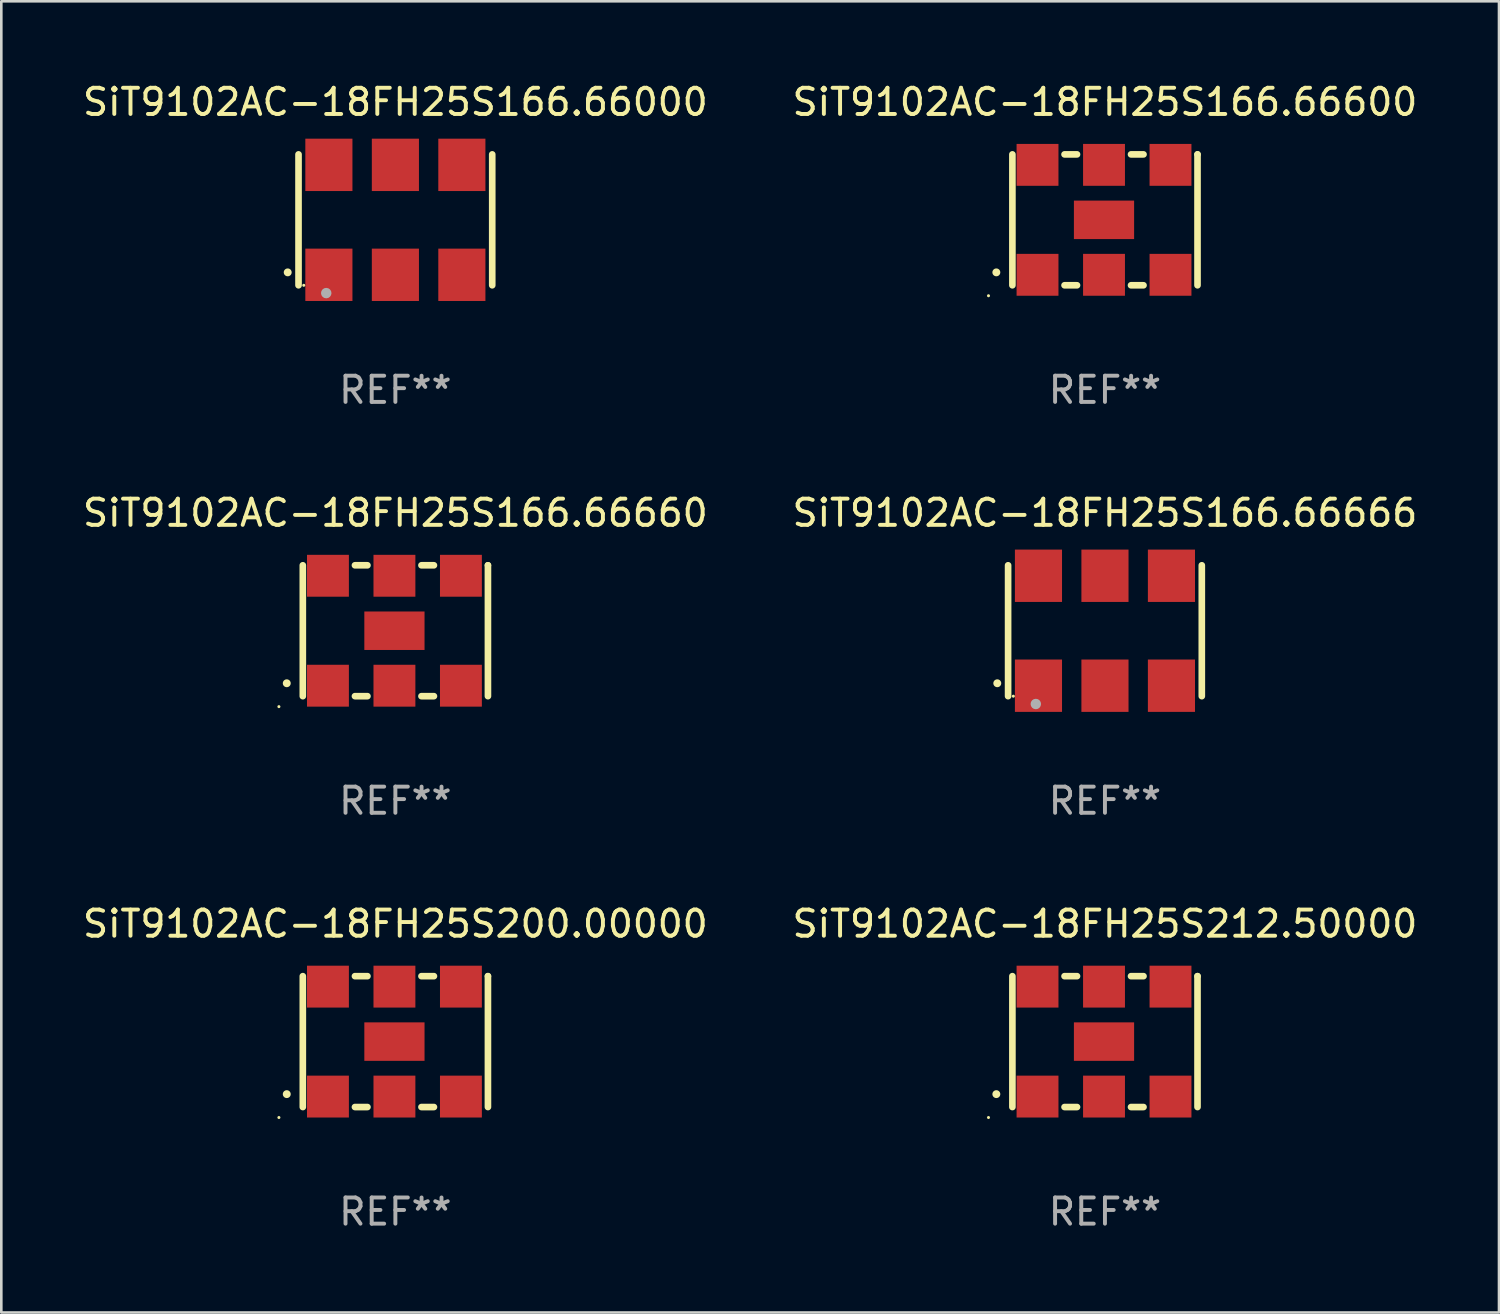
<source format=kicad_pcb>
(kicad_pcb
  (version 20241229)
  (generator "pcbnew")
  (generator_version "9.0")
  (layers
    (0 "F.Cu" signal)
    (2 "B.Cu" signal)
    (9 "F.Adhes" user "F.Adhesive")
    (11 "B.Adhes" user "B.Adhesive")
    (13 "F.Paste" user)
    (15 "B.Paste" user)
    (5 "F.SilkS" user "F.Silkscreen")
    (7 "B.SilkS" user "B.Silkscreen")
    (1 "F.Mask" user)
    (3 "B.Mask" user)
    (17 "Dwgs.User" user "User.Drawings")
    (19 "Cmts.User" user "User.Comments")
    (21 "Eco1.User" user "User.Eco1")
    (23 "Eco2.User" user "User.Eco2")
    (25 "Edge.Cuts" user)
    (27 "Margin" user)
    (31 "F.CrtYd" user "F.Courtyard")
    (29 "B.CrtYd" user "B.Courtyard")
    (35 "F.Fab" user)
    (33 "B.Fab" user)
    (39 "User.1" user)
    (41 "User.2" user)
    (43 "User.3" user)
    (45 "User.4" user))
  (footprint "SiT9102AC-18FH25S166.66600"
    (layer "F.Cu")
    (at 39.161 5.348)
    (property "Reference" "SiT9102AC-18FH25S166.66600" (at 0 -4.5 0) (layer "F.SilkS") (effects (font (size 1 1) (thickness 0.15))))
    (attr through_hole)
    (fp_line (start -3.536 -2.5) (end -3.536 2.5) (stroke (width 0.254) (type solid)) (layer "F.SilkS"))
    (fp_line (start -1.544 2.5) (end -1.067 2.5) (stroke (width 0.254) (type solid)) (layer "F.SilkS"))
    (fp_line (start -1.067 -2.5) (end -1.544 -2.5) (stroke (width 0.254) (type solid)) (layer "F.SilkS"))
    (fp_line (start 0.996 2.5) (end 1.473 2.5) (stroke (width 0.254) (type solid)) (layer "F.SilkS"))
    (fp_line (start 1.473 -2.5) (end 0.996 -2.5) (stroke (width 0.254) (type solid)) (layer "F.SilkS"))
    (fp_line (start 3.536 -2.5) (end 3.536 -2.5) (stroke (width 0.254) (type solid)) (layer "F.SilkS"))
    (fp_line (start 3.536 2.5) (end 3.536 -2.5) (stroke (width 0.254) (type solid)) (layer "F.SilkS"))
    (fp_arc (start -4.150432 2.006604) (mid -4.149162 2.006599) (end -4.147892 2.006604) (stroke (width 0.3) (type solid)) (layer "F.SilkS"))
    (fp_circle (center -4.449 2.9) (end -4.419 2.9) (stroke (width 0.06) (type solid)) (fill no) (layer "F.SilkS"))
    (fp_text user "REF**" (at 0 6.5 0) (layer "F.Fab") (effects (font (size 1 1) (thickness 0.15))))
    (pad "1" smd rect (at -2.576 2.1) (size 1.6 1.6) (layers "F.Cu" "F.Mask" "F.Paste"))
    (pad "2" smd rect (at -0.036 2.1) (size 1.6 1.6) (layers "F.Cu" "F.Mask" "F.Paste"))
    (pad "3" smd rect (at 2.504 2.1) (size 1.6 1.6) (layers "F.Cu" "F.Mask" "F.Paste"))
    (pad "4" smd rect (at 2.504 -2.1) (size 1.6 1.6) (layers "F.Cu" "F.Mask" "F.Paste"))
    (pad "5" smd rect (at -0.036 -2.1) (size 1.6 1.6) (layers "F.Cu" "F.Mask" "F.Paste"))
    (pad "6" smd rect (at -2.576 -2.1) (size 1.6 1.6) (layers "F.Cu" "F.Mask" "F.Paste"))
    (pad "7" smd rect (at -0.036 0) (size 2.3 1.47) (layers "F.Cu" "F.Mask" "F.Paste")))
  (footprint "SiT9102AC-18FH25S166.66660"
    (layer "F.Cu")
    (at 12.054 21.045)
    (property "Reference" "SiT9102AC-18FH25S166.66660" (at 0 -4.5 0) (layer "F.SilkS") (effects (font (size 1 1) (thickness 0.15))))
    (attr through_hole)
    (fp_line (start -3.536 -2.5) (end -3.536 2.5) (stroke (width 0.254) (type solid)) (layer "F.SilkS"))
    (fp_line (start -1.544 2.5) (end -1.067 2.5) (stroke (width 0.254) (type solid)) (layer "F.SilkS"))
    (fp_line (start -1.067 -2.5) (end -1.544 -2.5) (stroke (width 0.254) (type solid)) (layer "F.SilkS"))
    (fp_line (start 0.996 2.5) (end 1.473 2.5) (stroke (width 0.254) (type solid)) (layer "F.SilkS"))
    (fp_line (start 1.473 -2.5) (end 0.996 -2.5) (stroke (width 0.254) (type solid)) (layer "F.SilkS"))
    (fp_line (start 3.536 -2.5) (end 3.536 -2.5) (stroke (width 0.254) (type solid)) (layer "F.SilkS"))
    (fp_line (start 3.536 2.5) (end 3.536 -2.5) (stroke (width 0.254) (type solid)) (layer "F.SilkS"))
    (fp_arc (start -4.150432 2.006604) (mid -4.149162 2.006599) (end -4.147892 2.006604) (stroke (width 0.3) (type solid)) (layer "F.SilkS"))
    (fp_circle (center -4.449 2.9) (end -4.419 2.9) (stroke (width 0.06) (type solid)) (fill no) (layer "F.SilkS"))
    (fp_text user "REF**" (at 0 6.5 0) (layer "F.Fab") (effects (font (size 1 1) (thickness 0.15))))
    (pad "1" smd rect (at -2.576 2.1) (size 1.6 1.6) (layers "F.Cu" "F.Mask" "F.Paste"))
    (pad "2" smd rect (at -0.036 2.1) (size 1.6 1.6) (layers "F.Cu" "F.Mask" "F.Paste"))
    (pad "3" smd rect (at 2.504 2.1) (size 1.6 1.6) (layers "F.Cu" "F.Mask" "F.Paste"))
    (pad "4" smd rect (at 2.504 -2.1) (size 1.6 1.6) (layers "F.Cu" "F.Mask" "F.Paste"))
    (pad "5" smd rect (at -0.036 -2.1) (size 1.6 1.6) (layers "F.Cu" "F.Mask" "F.Paste"))
    (pad "6" smd rect (at -2.576 -2.1) (size 1.6 1.6) (layers "F.Cu" "F.Mask" "F.Paste"))
    (pad "7" smd rect (at -0.036 0) (size 2.3 1.47) (layers "F.Cu" "F.Mask" "F.Paste")))
  (footprint "SiT9102AC-18FH25S200.00000"
    (layer "F.Cu")
    (at 12.054 36.741)
    (property "Reference" "SiT9102AC-18FH25S200.00000" (at 0 -4.5 0) (layer "F.SilkS") (effects (font (size 1 1) (thickness 0.15))))
    (attr through_hole)
    (fp_line (start -3.536 -2.5) (end -3.536 2.5) (stroke (width 0.254) (type solid)) (layer "F.SilkS"))
    (fp_line (start -1.544 2.5) (end -1.067 2.5) (stroke (width 0.254) (type solid)) (layer "F.SilkS"))
    (fp_line (start -1.067 -2.5) (end -1.544 -2.5) (stroke (width 0.254) (type solid)) (layer "F.SilkS"))
    (fp_line (start 0.996 2.5) (end 1.473 2.5) (stroke (width 0.254) (type solid)) (layer "F.SilkS"))
    (fp_line (start 1.473 -2.5) (end 0.996 -2.5) (stroke (width 0.254) (type solid)) (layer "F.SilkS"))
    (fp_line (start 3.536 -2.5) (end 3.536 -2.5) (stroke (width 0.254) (type solid)) (layer "F.SilkS"))
    (fp_line (start 3.536 2.5) (end 3.536 -2.5) (stroke (width 0.254) (type solid)) (layer "F.SilkS"))
    (fp_arc (start -4.150432 2.006604) (mid -4.149162 2.006599) (end -4.147892 2.006604) (stroke (width 0.3) (type solid)) (layer "F.SilkS"))
    (fp_circle (center -4.449 2.9) (end -4.419 2.9) (stroke (width 0.06) (type solid)) (fill no) (layer "F.SilkS"))
    (fp_text user "REF**" (at 0 6.5 0) (layer "F.Fab") (effects (font (size 1 1) (thickness 0.15))))
    (pad "1" smd rect (at -2.576 2.1) (size 1.6 1.6) (layers "F.Cu" "F.Mask" "F.Paste"))
    (pad "2" smd rect (at -0.036 2.1) (size 1.6 1.6) (layers "F.Cu" "F.Mask" "F.Paste"))
    (pad "3" smd rect (at 2.504 2.1) (size 1.6 1.6) (layers "F.Cu" "F.Mask" "F.Paste"))
    (pad "4" smd rect (at 2.504 -2.1) (size 1.6 1.6) (layers "F.Cu" "F.Mask" "F.Paste"))
    (pad "5" smd rect (at -0.036 -2.1) (size 1.6 1.6) (layers "F.Cu" "F.Mask" "F.Paste"))
    (pad "6" smd rect (at -2.576 -2.1) (size 1.6 1.6) (layers "F.Cu" "F.Mask" "F.Paste"))
    (pad "7" smd rect (at -0.036 0) (size 2.3 1.47) (layers "F.Cu" "F.Mask" "F.Paste")))
  (footprint "SiT9102AC-18FH25S212.50000"
    (layer "F.Cu")
    (at 39.161 36.741)
    (property "Reference" "SiT9102AC-18FH25S212.50000" (at 0 -4.5 0) (layer "F.SilkS") (effects (font (size 1 1) (thickness 0.15))))
    (attr through_hole)
    (fp_line (start -3.536 -2.5) (end -3.536 2.5) (stroke (width 0.254) (type solid)) (layer "F.SilkS"))
    (fp_line (start -1.544 2.5) (end -1.067 2.5) (stroke (width 0.254) (type solid)) (layer "F.SilkS"))
    (fp_line (start -1.067 -2.5) (end -1.544 -2.5) (stroke (width 0.254) (type solid)) (layer "F.SilkS"))
    (fp_line (start 0.996 2.5) (end 1.473 2.5) (stroke (width 0.254) (type solid)) (layer "F.SilkS"))
    (fp_line (start 1.473 -2.5) (end 0.996 -2.5) (stroke (width 0.254) (type solid)) (layer "F.SilkS"))
    (fp_line (start 3.536 -2.5) (end 3.536 -2.5) (stroke (width 0.254) (type solid)) (layer "F.SilkS"))
    (fp_line (start 3.536 2.5) (end 3.536 -2.5) (stroke (width 0.254) (type solid)) (layer "F.SilkS"))
    (fp_arc (start -4.150432 2.006604) (mid -4.149162 2.006599) (end -4.147892 2.006604) (stroke (width 0.3) (type solid)) (layer "F.SilkS"))
    (fp_circle (center -4.449 2.9) (end -4.419 2.9) (stroke (width 0.06) (type solid)) (fill no) (layer "F.SilkS"))
    (fp_text user "REF**" (at 0 6.5 0) (layer "F.Fab") (effects (font (size 1 1) (thickness 0.15))))
    (pad "1" smd rect (at -2.576 2.1) (size 1.6 1.6) (layers "F.Cu" "F.Mask" "F.Paste"))
    (pad "2" smd rect (at -0.036 2.1) (size 1.6 1.6) (layers "F.Cu" "F.Mask" "F.Paste"))
    (pad "3" smd rect (at 2.504 2.1) (size 1.6 1.6) (layers "F.Cu" "F.Mask" "F.Paste"))
    (pad "4" smd rect (at 2.504 -2.1) (size 1.6 1.6) (layers "F.Cu" "F.Mask" "F.Paste"))
    (pad "5" smd rect (at -0.036 -2.1) (size 1.6 1.6) (layers "F.Cu" "F.Mask" "F.Paste"))
    (pad "6" smd rect (at -2.576 -2.1) (size 1.6 1.6) (layers "F.Cu" "F.Mask" "F.Paste"))
    (pad "7" smd rect (at -0.036 0) (size 2.3 1.47) (layers "F.Cu" "F.Mask" "F.Paste")))
  (footprint "SiT9102AC-18FH25S166.66000"
    (layer "F.Cu")
    (at 12.054 5.348)
    (property "Reference" "SiT9102AC-18FH25S166.66000" (at 0 -4.5 0) (layer "F.SilkS") (effects (font (size 1 1) (thickness 0.15))))
    (attr through_hole)
    (fp_line (start -3.7 -2.5) (end -3.7 2.5) (stroke (width 0.254) (type solid)) (layer "F.SilkS"))
    (fp_line (start 3.7 -2.5) (end 3.7 2.5) (stroke (width 0.254) (type solid)) (layer "F.SilkS"))
    (fp_arc (start -4.114415 2.006604) (mid -4.113145 2.006599) (end -4.111875 2.006604) (stroke (width 0.3) (type solid)) (layer "F.SilkS"))
    (fp_circle (center -3.5 2.501) (end -3.47 2.501) (stroke (width 0.06) (type solid)) (fill no) (layer "F.SilkS"))
    (fp_circle (center -2.641 2.799) (end -2.541 2.799) (stroke (width 0.2) (type solid)) (fill no) (layer "F.Fab"))
    (fp_text user "REF**" (at 0 6.5 0) (layer "F.Fab") (effects (font (size 1 1) (thickness 0.15))))
    (pad "1" smd rect (at -2.54 2.1) (size 1.8 2) (layers "F.Cu" "F.Mask" "F.Paste"))
    (pad "2" smd rect (at 0.000394 2.1) (size 1.8 2) (layers "F.Cu" "F.Mask" "F.Paste"))
    (pad "3" smd rect (at 2.54 2.1) (size 1.8 2) (layers "F.Cu" "F.Mask" "F.Paste"))
    (pad "4" smd rect (at 2.54 -2.1) (size 1.8 2) (layers "F.Cu" "F.Mask" "F.Paste"))
    (pad "5" smd rect (at 0.000394 -2.1) (size 1.8 2) (layers "F.Cu" "F.Mask" "F.Paste"))
    (pad "6" smd rect (at -2.54 -2.1) (size 1.8 2) (layers "F.Cu" "F.Mask" "F.Paste")))
  (footprint "SiT9102AC-18FH25S166.66666"
    (layer "F.Cu")
    (at 39.161 21.045)
    (property "Reference" "SiT9102AC-18FH25S166.66666" (at 0 -4.5 0) (layer "F.SilkS") (effects (font (size 1 1) (thickness 0.15))))
    (attr through_hole)
    (fp_line (start -3.7 -2.5) (end -3.7 2.5) (stroke (width 0.254) (type solid)) (layer "F.SilkS"))
    (fp_line (start 3.7 -2.5) (end 3.7 2.5) (stroke (width 0.254) (type solid)) (layer "F.SilkS"))
    (fp_arc (start -4.114415 2.006604) (mid -4.113145 2.006599) (end -4.111875 2.006604) (stroke (width 0.3) (type solid)) (layer "F.SilkS"))
    (fp_circle (center -3.5 2.501) (end -3.47 2.501) (stroke (width 0.06) (type solid)) (fill no) (layer "F.SilkS"))
    (fp_circle (center -2.641 2.799) (end -2.541 2.799) (stroke (width 0.2) (type solid)) (fill no) (layer "F.Fab"))
    (fp_text user "REF**" (at 0 6.5 0) (layer "F.Fab") (effects (font (size 1 1) (thickness 0.15))))
    (pad "1" smd rect (at -2.54 2.1) (size 1.8 2) (layers "F.Cu" "F.Mask" "F.Paste"))
    (pad "2" smd rect (at 0.000394 2.1) (size 1.8 2) (layers "F.Cu" "F.Mask" "F.Paste"))
    (pad "3" smd rect (at 2.54 2.1) (size 1.8 2) (layers "F.Cu" "F.Mask" "F.Paste"))
    (pad "4" smd rect (at 2.54 -2.1) (size 1.8 2) (layers "F.Cu" "F.Mask" "F.Paste"))
    (pad "5" smd rect (at 0.000394 -2.1) (size 1.8 2) (layers "F.Cu" "F.Mask" "F.Paste"))
    (pad "6" smd rect (at -2.54 -2.1) (size 1.8 2) (layers "F.Cu" "F.Mask" "F.Paste")))
  (gr_rect
    (start -3 -3)
    (end 54.214 47.09)
    (stroke (width 0.1) (type default))
    (fill no)
    (layer "Edge.Cuts")))
</source>
